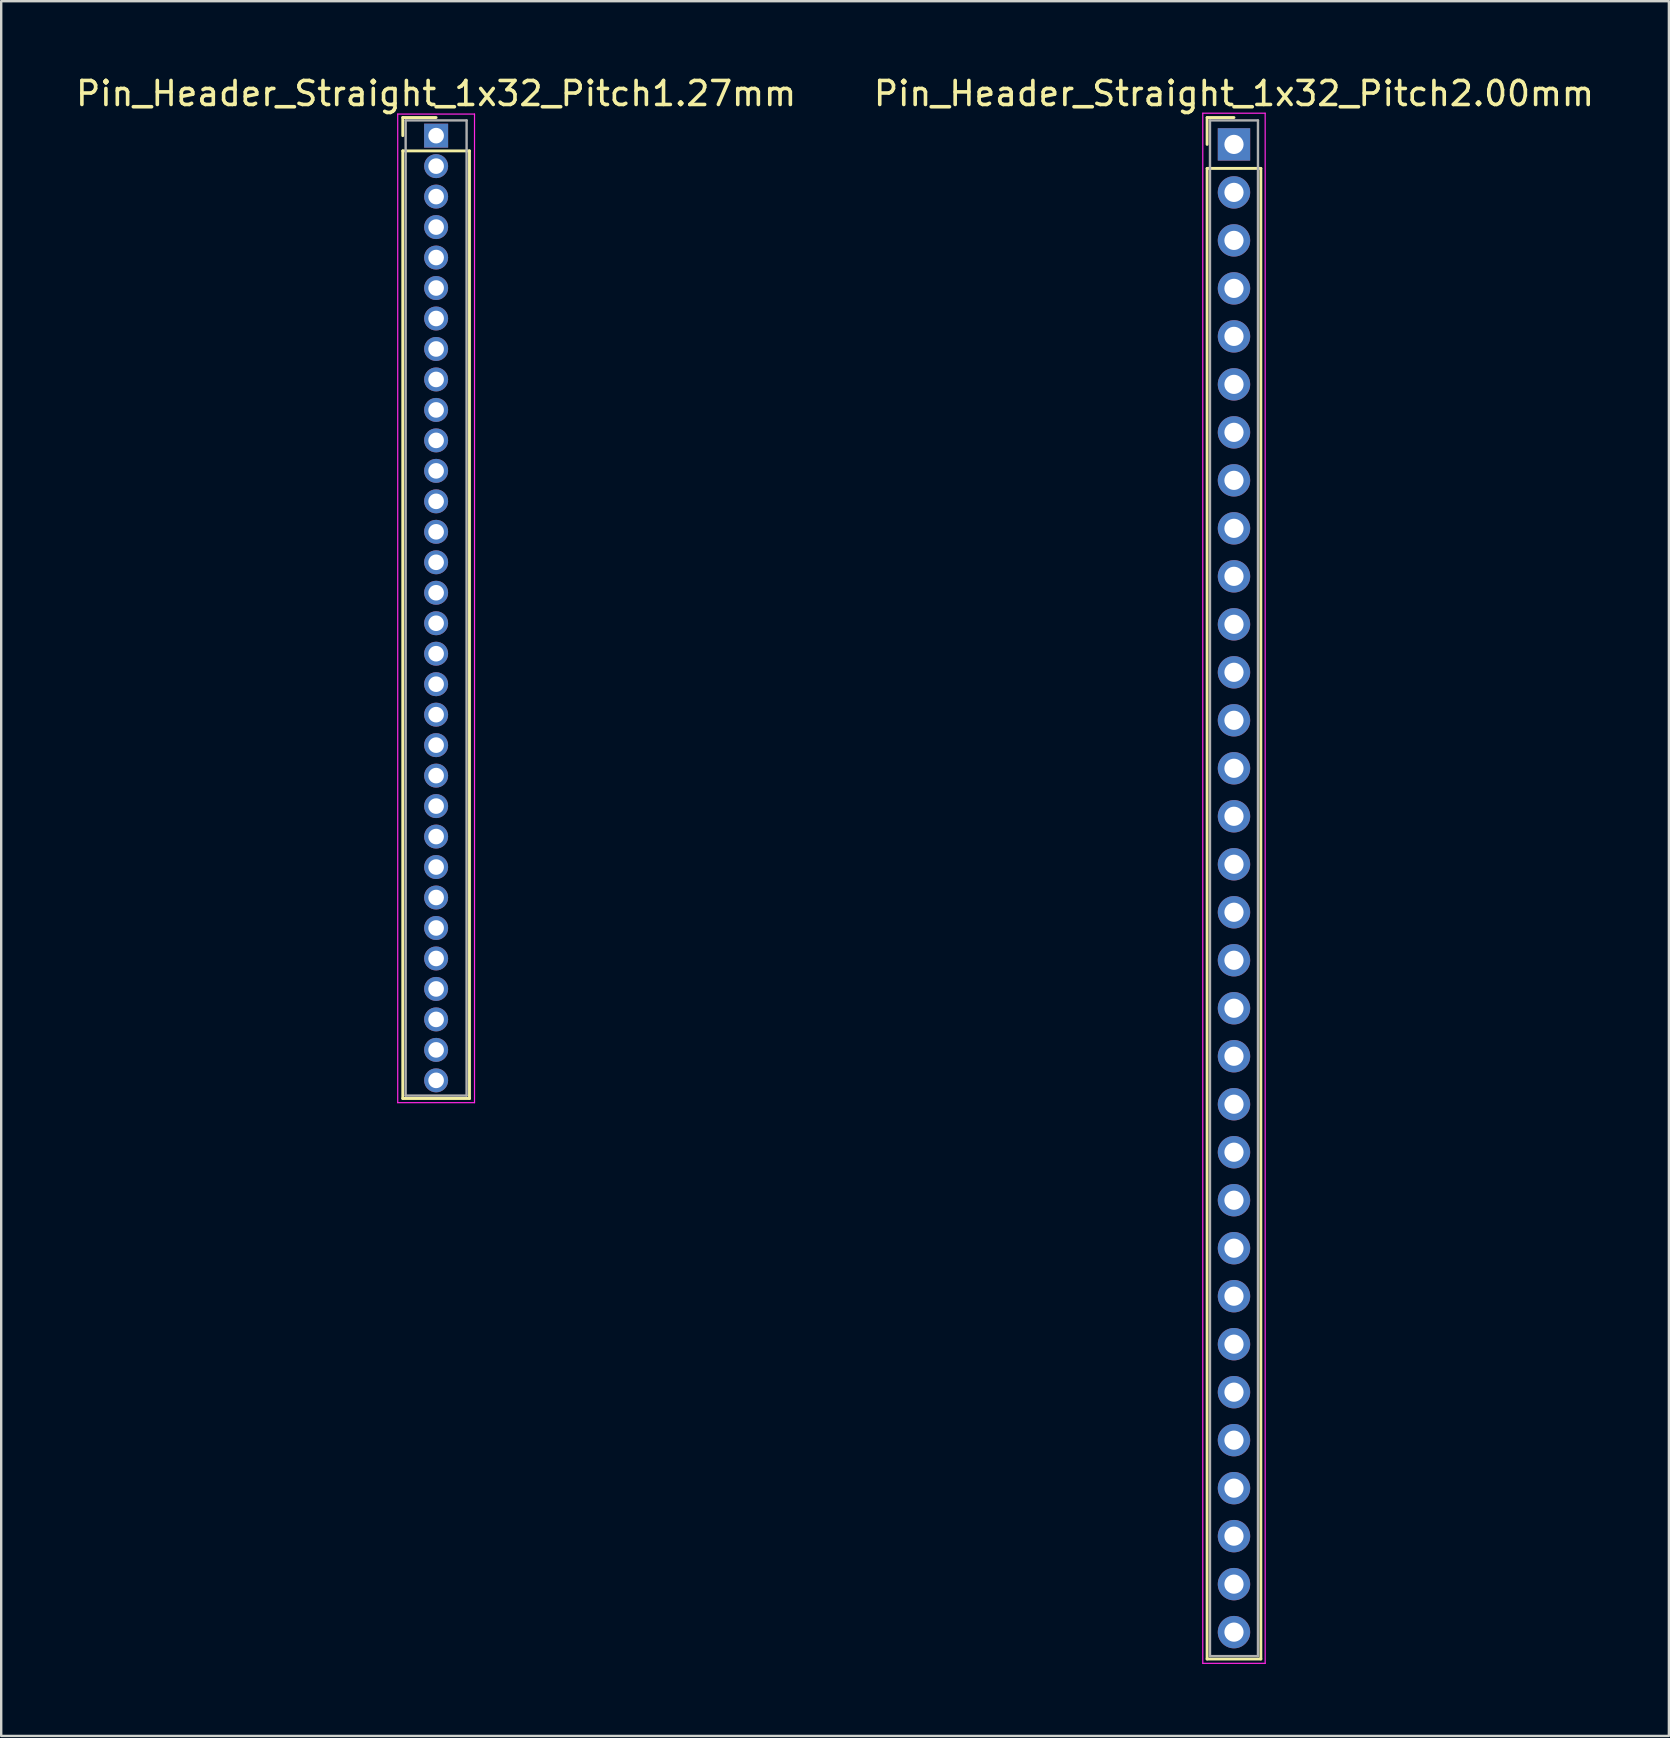
<source format=kicad_pcb>
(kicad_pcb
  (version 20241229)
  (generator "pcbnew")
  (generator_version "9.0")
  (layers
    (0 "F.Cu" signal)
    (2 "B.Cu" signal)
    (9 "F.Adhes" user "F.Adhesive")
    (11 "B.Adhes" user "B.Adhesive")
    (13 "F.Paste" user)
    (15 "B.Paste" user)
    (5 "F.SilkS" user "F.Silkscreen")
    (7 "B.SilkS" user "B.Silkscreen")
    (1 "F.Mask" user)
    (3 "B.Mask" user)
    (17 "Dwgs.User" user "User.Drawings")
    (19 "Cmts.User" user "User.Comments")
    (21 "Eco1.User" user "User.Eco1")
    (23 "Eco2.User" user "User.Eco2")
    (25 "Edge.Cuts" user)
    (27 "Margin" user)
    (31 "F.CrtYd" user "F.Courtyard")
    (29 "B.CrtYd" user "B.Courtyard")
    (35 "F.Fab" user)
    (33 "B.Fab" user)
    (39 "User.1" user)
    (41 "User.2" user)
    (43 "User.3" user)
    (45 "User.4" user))
  (footprint "Pin_Header_Straight_1x32_Pitch1.27mm"
    (layer "F.Cu")
    (at 15.125 2.603)
    (property "Reference" "Pin_Header_Straight_1x32_Pitch1.27mm" (at 0 -1.755 0) (layer "F.SilkS") (effects (font (size 1 1) (thickness 0.15))))
    (attr through_hole)
    (fp_line (start -1.39 -0.755) (end 0 -0.755) (stroke (width 0.12) (type solid)) (layer "F.SilkS"))
    (fp_line (start -1.39 0) (end -1.39 -0.755) (stroke (width 0.12) (type solid)) (layer "F.SilkS"))
    (fp_line (start -1.39 0.635) (end -1.39 40.125) (stroke (width 0.12) (type solid)) (layer "F.SilkS"))
    (fp_line (start -1.39 40.125) (end 1.39 40.125) (stroke (width 0.12) (type solid)) (layer "F.SilkS"))
    (fp_line (start 1.39 0.635) (end -1.39 0.635) (stroke (width 0.12) (type solid)) (layer "F.SilkS"))
    (fp_line (start 1.39 40.125) (end 1.39 0.635) (stroke (width 0.12) (type solid)) (layer "F.SilkS"))
    (fp_line (start -1.6 -0.9) (end -1.6 40.3) (stroke (width 0.05) (type solid)) (layer "F.CrtYd"))
    (fp_line (start -1.6 40.3) (end 1.6 40.3) (stroke (width 0.05) (type solid)) (layer "F.CrtYd"))
    (fp_line (start 1.6 -0.9) (end -1.6 -0.9) (stroke (width 0.05) (type solid)) (layer "F.CrtYd"))
    (fp_line (start 1.6 40.3) (end 1.6 -0.9) (stroke (width 0.05) (type solid)) (layer "F.CrtYd"))
    (fp_line (start -1.27 -0.635) (end -1.27 40.005) (stroke (width 0.1) (type solid)) (layer "F.Fab"))
    (fp_line (start -1.27 40.005) (end 1.27 40.005) (stroke (width 0.1) (type solid)) (layer "F.Fab"))
    (fp_line (start 1.27 -0.635) (end -1.27 -0.635) (stroke (width 0.1) (type solid)) (layer "F.Fab"))
    (fp_line (start 1.27 40.005) (end 1.27 -0.635) (stroke (width 0.1) (type solid)) (layer "F.Fab"))
    (pad "1" thru_hole rect (at 0 0) (size 1 1) (drill 0.65) (layers "*.Cu" "*.Mask"))
    (pad "2" thru_hole oval (at 0 1.27) (size 1 1) (drill 0.65) (layers "*.Cu" "*.Mask"))
    (pad "3" thru_hole oval (at 0 2.54) (size 1 1) (drill 0.65) (layers "*.Cu" "*.Mask"))
    (pad "4" thru_hole oval (at 0 3.81) (size 1 1) (drill 0.65) (layers "*.Cu" "*.Mask"))
    (pad "5" thru_hole oval (at 0 5.08) (size 1 1) (drill 0.65) (layers "*.Cu" "*.Mask"))
    (pad "6" thru_hole oval (at 0 6.35) (size 1 1) (drill 0.65) (layers "*.Cu" "*.Mask"))
    (pad "7" thru_hole oval (at 0 7.62) (size 1 1) (drill 0.65) (layers "*.Cu" "*.Mask"))
    (pad "8" thru_hole oval (at 0 8.89) (size 1 1) (drill 0.65) (layers "*.Cu" "*.Mask"))
    (pad "9" thru_hole oval (at 0 10.16) (size 1 1) (drill 0.65) (layers "*.Cu" "*.Mask"))
    (pad "10" thru_hole oval (at 0 11.43) (size 1 1) (drill 0.65) (layers "*.Cu" "*.Mask"))
    (pad "11" thru_hole oval (at 0 12.7) (size 1 1) (drill 0.65) (layers "*.Cu" "*.Mask"))
    (pad "12" thru_hole oval (at 0 13.97) (size 1 1) (drill 0.65) (layers "*.Cu" "*.Mask"))
    (pad "13" thru_hole oval (at 0 15.24) (size 1 1) (drill 0.65) (layers "*.Cu" "*.Mask"))
    (pad "14" thru_hole oval (at 0 16.51) (size 1 1) (drill 0.65) (layers "*.Cu" "*.Mask"))
    (pad "15" thru_hole oval (at 0 17.78) (size 1 1) (drill 0.65) (layers "*.Cu" "*.Mask"))
    (pad "16" thru_hole oval (at 0 19.05) (size 1 1) (drill 0.65) (layers "*.Cu" "*.Mask"))
    (pad "17" thru_hole oval (at 0 20.32) (size 1 1) (drill 0.65) (layers "*.Cu" "*.Mask"))
    (pad "18" thru_hole oval (at 0 21.59) (size 1 1) (drill 0.65) (layers "*.Cu" "*.Mask"))
    (pad "19" thru_hole oval (at 0 22.86) (size 1 1) (drill 0.65) (layers "*.Cu" "*.Mask"))
    (pad "20" thru_hole oval (at 0 24.13) (size 1 1) (drill 0.65) (layers "*.Cu" "*.Mask"))
    (pad "21" thru_hole oval (at 0 25.4) (size 1 1) (drill 0.65) (layers "*.Cu" "*.Mask"))
    (pad "22" thru_hole oval (at 0 26.67) (size 1 1) (drill 0.65) (layers "*.Cu" "*.Mask"))
    (pad "23" thru_hole oval (at 0 27.94) (size 1 1) (drill 0.65) (layers "*.Cu" "*.Mask"))
    (pad "24" thru_hole oval (at 0 29.21) (size 1 1) (drill 0.65) (layers "*.Cu" "*.Mask"))
    (pad "25" thru_hole oval (at 0 30.48) (size 1 1) (drill 0.65) (layers "*.Cu" "*.Mask"))
    (pad "26" thru_hole oval (at 0 31.75) (size 1 1) (drill 0.65) (layers "*.Cu" "*.Mask"))
    (pad "27" thru_hole oval (at 0 33.02) (size 1 1) (drill 0.65) (layers "*.Cu" "*.Mask"))
    (pad "28" thru_hole oval (at 0 34.29) (size 1 1) (drill 0.65) (layers "*.Cu" "*.Mask"))
    (pad "29" thru_hole oval (at 0 35.56) (size 1 1) (drill 0.65) (layers "*.Cu" "*.Mask"))
    (pad "30" thru_hole oval (at 0 36.83) (size 1 1) (drill 0.65) (layers "*.Cu" "*.Mask"))
    (pad "31" thru_hole oval (at 0 38.1) (size 1 1) (drill 0.65) (layers "*.Cu" "*.Mask"))
    (pad "32" thru_hole oval (at 0 39.37) (size 1 1) (drill 0.65) (layers "*.Cu" "*.Mask")))
  (footprint "Pin_Header_Straight_1x32_Pitch2.00mm"
    (layer "F.Cu")
    (at 48.375 2.968)
    (property "Reference" "Pin_Header_Straight_1x32_Pitch2.00mm" (at 0 -2.12 0) (layer "F.SilkS") (effects (font (size 1 1) (thickness 0.15))))
    (attr through_hole)
    (fp_line (start -1.12 -1.12) (end 0 -1.12) (stroke (width 0.12) (type solid)) (layer "F.SilkS"))
    (fp_line (start -1.12 0) (end -1.12 -1.12) (stroke (width 0.12) (type solid)) (layer "F.SilkS"))
    (fp_line (start -1.12 1) (end -1.12 63.12) (stroke (width 0.12) (type solid)) (layer "F.SilkS"))
    (fp_line (start -1.12 63.12) (end 1.12 63.12) (stroke (width 0.12) (type solid)) (layer "F.SilkS"))
    (fp_line (start 1.12 1) (end -1.12 1) (stroke (width 0.12) (type solid)) (layer "F.SilkS"))
    (fp_line (start 1.12 63.12) (end 1.12 1) (stroke (width 0.12) (type solid)) (layer "F.SilkS"))
    (fp_line (start -1.3 -1.3) (end -1.3 63.3) (stroke (width 0.05) (type solid)) (layer "F.CrtYd"))
    (fp_line (start -1.3 63.3) (end 1.3 63.3) (stroke (width 0.05) (type solid)) (layer "F.CrtYd"))
    (fp_line (start 1.3 -1.3) (end -1.3 -1.3) (stroke (width 0.05) (type solid)) (layer "F.CrtYd"))
    (fp_line (start 1.3 63.3) (end 1.3 -1.3) (stroke (width 0.05) (type solid)) (layer "F.CrtYd"))
    (fp_line (start -1 -1) (end -1 63) (stroke (width 0.1) (type solid)) (layer "F.Fab"))
    (fp_line (start -1 63) (end 1 63) (stroke (width 0.1) (type solid)) (layer "F.Fab"))
    (fp_line (start 1 -1) (end -1 -1) (stroke (width 0.1) (type solid)) (layer "F.Fab"))
    (fp_line (start 1 63) (end 1 -1) (stroke (width 0.1) (type solid)) (layer "F.Fab"))
    (pad "1" thru_hole rect (at 0 0) (size 1.35 1.35) (drill 0.8) (layers "*.Cu" "*.Mask"))
    (pad "2" thru_hole oval (at 0 2) (size 1.35 1.35) (drill 0.8) (layers "*.Cu" "*.Mask"))
    (pad "3" thru_hole oval (at 0 4) (size 1.35 1.35) (drill 0.8) (layers "*.Cu" "*.Mask"))
    (pad "4" thru_hole oval (at 0 6) (size 1.35 1.35) (drill 0.8) (layers "*.Cu" "*.Mask"))
    (pad "5" thru_hole oval (at 0 8) (size 1.35 1.35) (drill 0.8) (layers "*.Cu" "*.Mask"))
    (pad "6" thru_hole oval (at 0 10) (size 1.35 1.35) (drill 0.8) (layers "*.Cu" "*.Mask"))
    (pad "7" thru_hole oval (at 0 12) (size 1.35 1.35) (drill 0.8) (layers "*.Cu" "*.Mask"))
    (pad "8" thru_hole oval (at 0 14) (size 1.35 1.35) (drill 0.8) (layers "*.Cu" "*.Mask"))
    (pad "9" thru_hole oval (at 0 16) (size 1.35 1.35) (drill 0.8) (layers "*.Cu" "*.Mask"))
    (pad "10" thru_hole oval (at 0 18) (size 1.35 1.35) (drill 0.8) (layers "*.Cu" "*.Mask"))
    (pad "11" thru_hole oval (at 0 20) (size 1.35 1.35) (drill 0.8) (layers "*.Cu" "*.Mask"))
    (pad "12" thru_hole oval (at 0 22) (size 1.35 1.35) (drill 0.8) (layers "*.Cu" "*.Mask"))
    (pad "13" thru_hole oval (at 0 24) (size 1.35 1.35) (drill 0.8) (layers "*.Cu" "*.Mask"))
    (pad "14" thru_hole oval (at 0 26) (size 1.35 1.35) (drill 0.8) (layers "*.Cu" "*.Mask"))
    (pad "15" thru_hole oval (at 0 28) (size 1.35 1.35) (drill 0.8) (layers "*.Cu" "*.Mask"))
    (pad "16" thru_hole oval (at 0 30) (size 1.35 1.35) (drill 0.8) (layers "*.Cu" "*.Mask"))
    (pad "17" thru_hole oval (at 0 32) (size 1.35 1.35) (drill 0.8) (layers "*.Cu" "*.Mask"))
    (pad "18" thru_hole oval (at 0 34) (size 1.35 1.35) (drill 0.8) (layers "*.Cu" "*.Mask"))
    (pad "19" thru_hole oval (at 0 36) (size 1.35 1.35) (drill 0.8) (layers "*.Cu" "*.Mask"))
    (pad "20" thru_hole oval (at 0 38) (size 1.35 1.35) (drill 0.8) (layers "*.Cu" "*.Mask"))
    (pad "21" thru_hole oval (at 0 40) (size 1.35 1.35) (drill 0.8) (layers "*.Cu" "*.Mask"))
    (pad "22" thru_hole oval (at 0 42) (size 1.35 1.35) (drill 0.8) (layers "*.Cu" "*.Mask"))
    (pad "23" thru_hole oval (at 0 44) (size 1.35 1.35) (drill 0.8) (layers "*.Cu" "*.Mask"))
    (pad "24" thru_hole oval (at 0 46) (size 1.35 1.35) (drill 0.8) (layers "*.Cu" "*.Mask"))
    (pad "25" thru_hole oval (at 0 48) (size 1.35 1.35) (drill 0.8) (layers "*.Cu" "*.Mask"))
    (pad "26" thru_hole oval (at 0 50) (size 1.35 1.35) (drill 0.8) (layers "*.Cu" "*.Mask"))
    (pad "27" thru_hole oval (at 0 52) (size 1.35 1.35) (drill 0.8) (layers "*.Cu" "*.Mask"))
    (pad "28" thru_hole oval (at 0 54) (size 1.35 1.35) (drill 0.8) (layers "*.Cu" "*.Mask"))
    (pad "29" thru_hole oval (at 0 56) (size 1.35 1.35) (drill 0.8) (layers "*.Cu" "*.Mask"))
    (pad "30" thru_hole oval (at 0 58) (size 1.35 1.35) (drill 0.8) (layers "*.Cu" "*.Mask"))
    (pad "31" thru_hole oval (at 0 60) (size 1.35 1.35) (drill 0.8) (layers "*.Cu" "*.Mask"))
    (pad "32" thru_hole oval (at 0 62) (size 1.35 1.35) (drill 0.8) (layers "*.Cu" "*.Mask")))
  (gr_rect
    (start -3 -3)
    (end 66.5 69.293)
    (stroke (width 0.1) (type default))
    (fill no)
    (layer "Edge.Cuts")))
</source>
